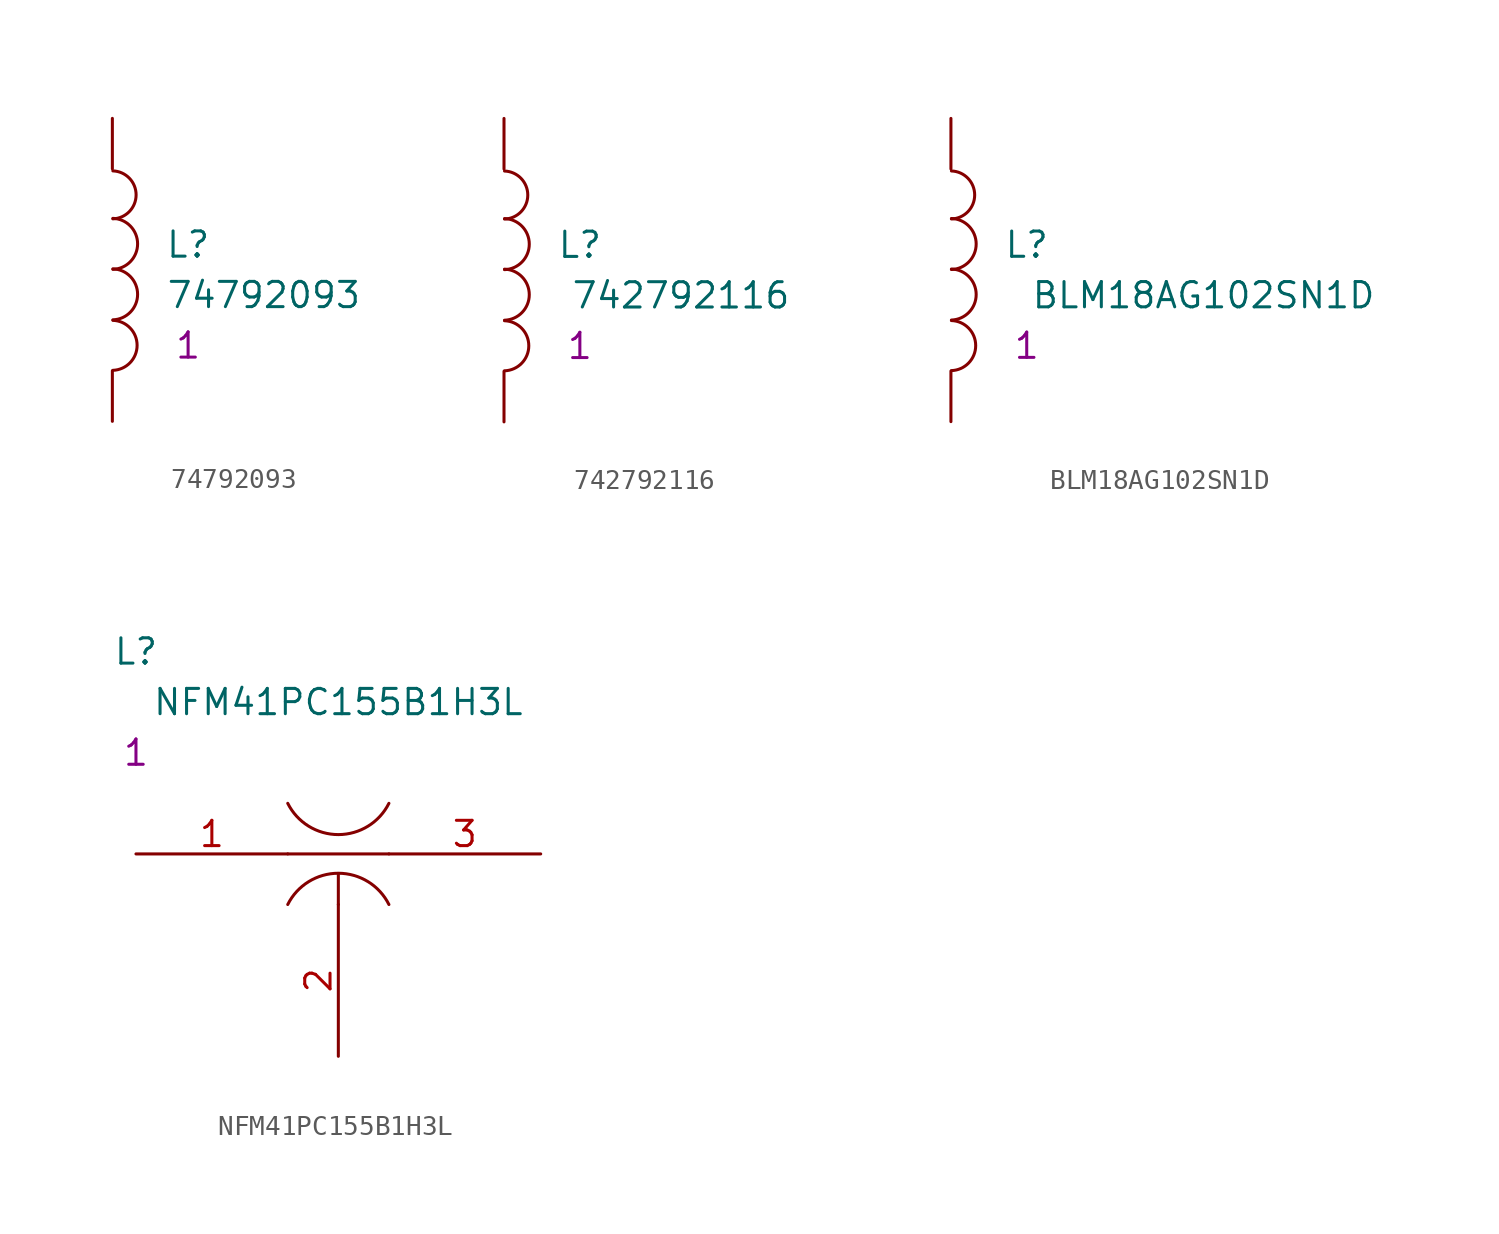
<source format=kicad_sym>
(kicad_symbol_lib
  (version 20211014)
  (generator kicad_symbol_editor)
  (symbol "74792093"
    (pin_numbers hide)
    (pin_names
      (offset 1.016) hide)
    (property "Reference" "L"
      (at 3.81 -6.35 0)
      (effects (font (size 1.27 1.27))))
    (property "Value" "74792093"
      (at 7.62 -8.89 0)
      (effects (font (size 1.27 1.27))))
    (property "Datasheet" ""
      (at 0 0 0)
      (effects (font (size 1.27 1.27))))
    (property "Qty" "1"
      (at 3.81 -11.43 0)
      (effects (font (size 1.27 1.27))))
    (symbol "74792093_0_1"
      (arc (start 0.0254 -12.6746) (mid 1.2449 -11.4297) (end 0.0254 -10.16) (stroke (width 0) (type default) (color 0 0 0 0)) (fill (type none)))
      (arc (start 0.0254 -10.1346) (mid 1.2703 -8.8644) (end 0.0254 -7.5692) (stroke (width 0) (type default) (color 0 0 0 0)) (fill (type none)))
      (arc (start 0.0254 -7.5946) (mid 1.2703 -6.3244) (end 0.0254 -5.0292) (stroke (width 0) (type default) (color 0 0 0 0)) (fill (type none)))
      (arc (start 0.0254 -5.0546) (mid 1.1941 -3.8605) (end 0.0254 -2.6416) (stroke (width 0) (type default) (color 0 0 0 0)) (fill (type none))))
    (symbol "74792093_1_1"
      (pin passive line (at 0 0 270) (length 2.54) (name "1" (effects (font (size 1.778 1.778)))) (number "1" (effects (font (size 1.778 1.778)))))
      (pin passive line (at 0 -15.24 90) (length 2.54) (name "2" (effects (font (size 1.778 1.778)))) (number "2" (effects (font (size 1.778 1.778)))))))
  (symbol "742792116"
    (pin_numbers hide)
    (pin_names
      (offset 1.016) hide)
    (property "Reference" "L"
      (at 3.81 -6.35 0)
      (effects (font (size 1.27 1.27))))
    (property "Value" "742792116"
      (at 8.89 -8.89 0)
      (effects (font (size 1.27 1.27))))
    (property "Datasheet" ""
      (at 0 0 0)
      (effects (font (size 1.27 1.27))))
    (property "Qty" "1"
      (at 3.81 -11.43 0)
      (effects (font (size 1.27 1.27))))
    (symbol "742792116_0_1"
      (arc (start 0.0254 -12.6746) (mid 1.2449 -11.4297) (end 0.0254 -10.16) (stroke (width 0) (type default) (color 0 0 0 0)) (fill (type none)))
      (arc (start 0.0254 -10.1346) (mid 1.2703 -8.8644) (end 0.0254 -7.5692) (stroke (width 0) (type default) (color 0 0 0 0)) (fill (type none)))
      (arc (start 0.0254 -7.5946) (mid 1.2703 -6.3244) (end 0.0254 -5.0292) (stroke (width 0) (type default) (color 0 0 0 0)) (fill (type none)))
      (arc (start 0.0254 -5.0546) (mid 1.1941 -3.8605) (end 0.0254 -2.6416) (stroke (width 0) (type default) (color 0 0 0 0)) (fill (type none))))
    (symbol "742792116_1_1"
      (pin passive line (at 0 0 270) (length 2.54) (name "1" (effects (font (size 1.778 1.778)))) (number "1" (effects (font (size 1.778 1.778)))))
      (pin passive line (at 0 -15.24 90) (length 2.54) (name "2" (effects (font (size 1.778 1.778)))) (number "2" (effects (font (size 1.778 1.778)))))))
  (symbol "BLM18AG102SN1D"
    (pin_numbers hide)
    (pin_names
      (offset 1.016) hide)
    (property "Reference" "L"
      (at 3.81 -6.35 0)
      (effects (font (size 1.27 1.27))))
    (property "Value" "BLM18AG102SN1D"
      (at 12.7 -8.89 0)
      (effects (font (size 1.27 1.27))))
    (property "Datasheet" ""
      (at 0 0 0)
      (effects (font (size 1.27 1.27))))
    (property "Qty" "1"
      (at 3.81 -11.43 0)
      (effects (font (size 1.27 1.27))))
    (symbol "BLM18AG102SN1D_0_1"
      (arc (start 0.0254 -12.6746) (mid 1.2449 -11.4297) (end 0.0254 -10.16) (stroke (width 0) (type default) (color 0 0 0 0)) (fill (type none)))
      (arc (start 0.0254 -10.1346) (mid 1.2703 -8.8644) (end 0.0254 -7.5692) (stroke (width 0) (type default) (color 0 0 0 0)) (fill (type none)))
      (arc (start 0.0254 -7.5946) (mid 1.2703 -6.3244) (end 0.0254 -5.0292) (stroke (width 0) (type default) (color 0 0 0 0)) (fill (type none)))
      (arc (start 0.0254 -5.0546) (mid 1.1941 -3.8605) (end 0.0254 -2.6416) (stroke (width 0) (type default) (color 0 0 0 0)) (fill (type none))))
    (symbol "BLM18AG102SN1D_1_1"
      (pin passive line (at 0 0 270) (length 2.54) (name "1" (effects (font (size 1.778 1.778)))) (number "1" (effects (font (size 1.778 1.778)))))
      (pin passive line (at 0 -15.24 90) (length 2.54) (name "2" (effects (font (size 1.778 1.778)))) (number "2" (effects (font (size 1.778 1.778)))))))
  (symbol "NFM41PC155B1H3L"
    (pin_names
      (offset 1.27) hide)
    (property "Reference" "L"
      (at 0 10.16 0)
      (effects (font (size 1.27 1.27))))
    (property "Value" "NFM41PC155B1H3L"
      (at 10.16 7.62 0)
      (effects (font (size 1.27 1.27))))
    (property "Datasheet" ""
      (at 0 0 0)
      (effects (font (size 1.27 1.27))))
    (property "Qty" "1"
      (at 0 5.08 0)
      (effects (font (size 1.27 1.27))))
    (symbol "NFM41PC155B1H3L_0_1"
      (polyline (pts (xy 7.62 0) (xy 12.7 0)) (stroke (width 0) (type default) (color 0 0 0 0)) (fill (type none)))
      (polyline (pts (xy 10.16 -2.54) (xy 10.16 -1.016)) (stroke (width 0) (type default) (color 0 0 0 0)) (fill (type none)))
      (arc (start 7.62 2.54) (mid 10.16 0.9702) (end 12.7 2.54) (stroke (width 0) (type default) (color 0 0 0 0)) (fill (type none)))
      (arc (start 12.7 -2.54) (mid 10.16 -0.9702) (end 7.62 -2.54) (stroke (width 0) (type default) (color 0 0 0 0)) (fill (type none))))
    (symbol "NFM41PC155B1H3L_1_1"
      (pin power_in line (at 0 0 0) (length 7.62) (name "IN" (effects (font (size 1.27 1.27)))) (number "1" (effects (font (size 1.27 1.27)))))
      (pin power_in line (at 10.16 -10.16 90) (length 7.62) (name "GND" (effects (font (size 1.27 1.27)))) (number "2" (effects (font (size 1.27 1.27)))))
      (pin power_out line (at 20.32 0 180) (length 7.62) (name "OUT" (effects (font (size 1.27 1.27)))) (number "3" (effects (font (size 1.27 1.27))))))))
</source>
